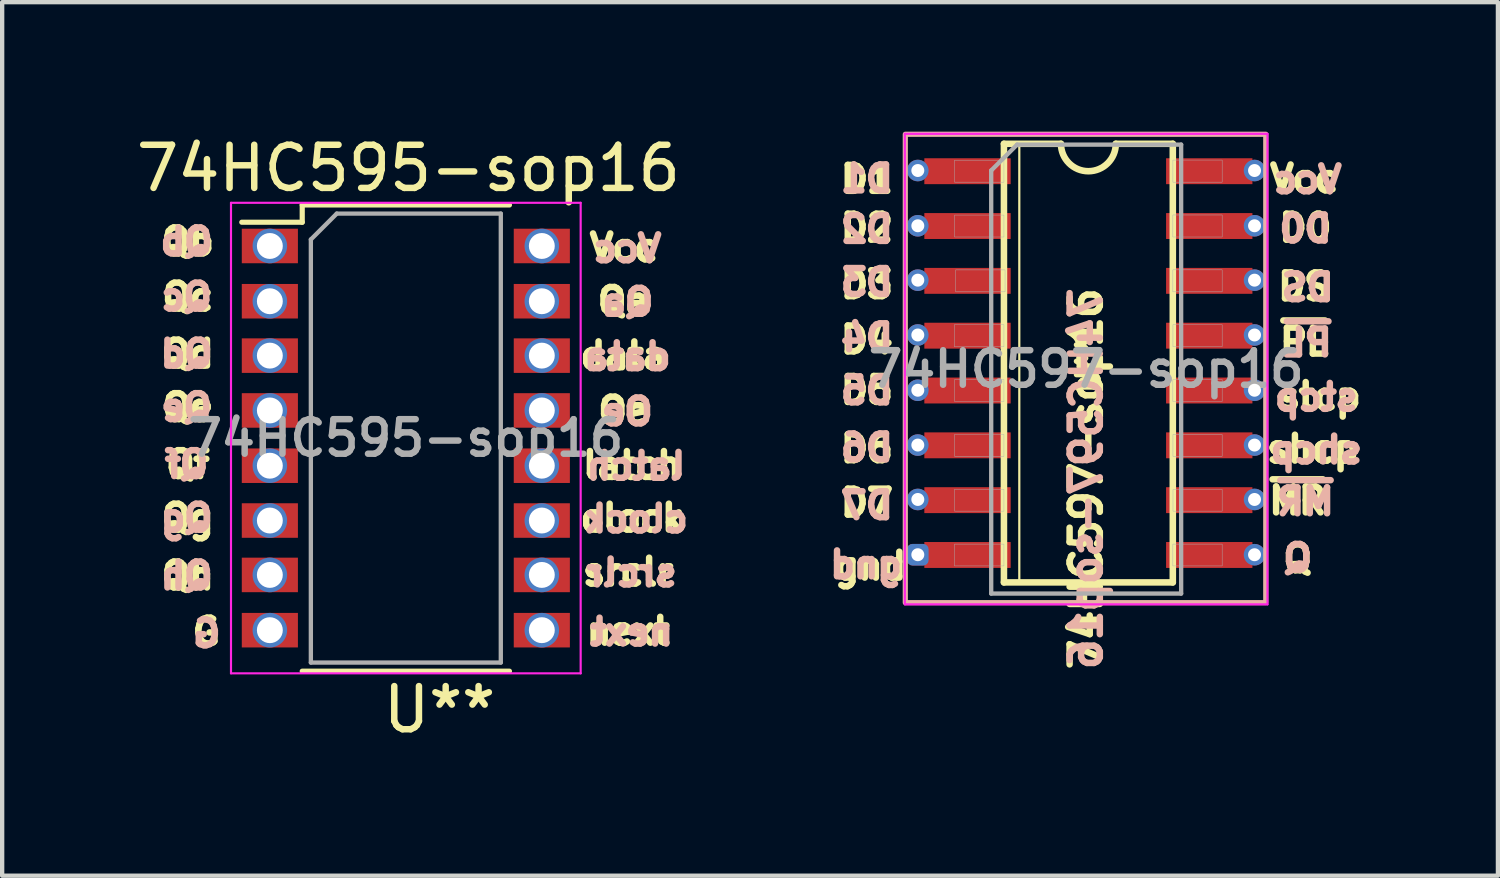
<source format=kicad_pcb>
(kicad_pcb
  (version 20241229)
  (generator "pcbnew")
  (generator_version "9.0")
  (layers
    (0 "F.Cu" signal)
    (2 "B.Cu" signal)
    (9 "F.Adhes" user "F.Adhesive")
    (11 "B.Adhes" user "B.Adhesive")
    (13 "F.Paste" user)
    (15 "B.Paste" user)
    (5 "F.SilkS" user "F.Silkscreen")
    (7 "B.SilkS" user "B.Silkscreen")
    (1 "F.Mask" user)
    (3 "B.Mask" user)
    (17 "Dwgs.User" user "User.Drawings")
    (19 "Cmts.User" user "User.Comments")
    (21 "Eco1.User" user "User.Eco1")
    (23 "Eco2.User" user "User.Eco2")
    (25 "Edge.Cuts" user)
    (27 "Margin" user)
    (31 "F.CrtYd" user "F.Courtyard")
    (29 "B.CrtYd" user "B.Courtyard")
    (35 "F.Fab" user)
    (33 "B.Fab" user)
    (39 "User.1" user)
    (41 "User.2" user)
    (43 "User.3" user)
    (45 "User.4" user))
  (footprint "74HC595-sop16"
    (layer "F.Cu")
    (at 6.351 7.098)
    (property "Reference" "74HC595-sop16" (at 0.06 -6.25 0) (layer "F.SilkS") (effects (font (size 1 1) (thickness 0.15))))
    (property "Value" "U**" (at -0.73 6.25 0) (layer "B.SilkS") (hide yes) (effects (font (size 1 1) (thickness 0.15)) (justify mirror)))
    (attr smd)
    (fp_line (start -2.4 -5.4) (end -2.4 -5) (stroke (width 0.12) (type solid)) (layer "F.SilkS"))
    (fp_line (start -2.4 -5.4) (end 2.4 -5.4) (stroke (width 0.12) (type solid)) (layer "F.SilkS"))
    (fp_line (start -2.4 -5) (end -3.8 -5) (stroke (width 0.12) (type solid)) (layer "F.SilkS"))
    (fp_line (start -2.4 5.4) (end 2.4 5.4) (stroke (width 0.12) (type solid)) (layer "F.SilkS"))
    (fp_line (start -4.05 -5.45) (end -4.05 5.45) (stroke (width 0.05) (type solid)) (layer "F.CrtYd"))
    (fp_line (start -4.05 -5.45) (end 4.05 -5.45) (stroke (width 0.05) (type solid)) (layer "F.CrtYd"))
    (fp_line (start 4.05 5.45) (end -4.05 5.45) (stroke (width 0.05) (type solid)) (layer "F.CrtYd"))
    (fp_line (start 4.05 5.45) (end 4.05 -5.45) (stroke (width 0.05) (type solid)) (layer "F.CrtYd"))
    (fp_line (start -2.2 -4.6) (end -1.6 -5.2) (stroke (width 0.1) (type solid)) (layer "F.Fab"))
    (fp_line (start -2.2 5.2) (end -2.2 -4.6) (stroke (width 0.1) (type solid)) (layer "F.Fab"))
    (fp_line (start -1.6 -5.2) (end 2.2 -5.2) (stroke (width 0.1) (type solid)) (layer "F.Fab"))
    (fp_line (start 2.2 -5.2) (end 2.2 5.2) (stroke (width 0.1) (type solid)) (layer "F.Fab"))
    (fp_line (start 2.2 5.2) (end -2.2 5.2) (stroke (width 0.1) (type solid)) (layer "F.Fab"))
    (fp_text user "next" (at 5.15 4.47 0) (unlocked yes) (layer "F.SilkS") (effects (font (size 0.6 0.6) (thickness 0.15))))
    (fp_text user "Oe" (at 5.05 -0.63 0) (unlocked yes) (layer "F.SilkS") (effects (font (size 0.6 0.6) (thickness 0.15))))
    (fp_text user "Qb" (at -5.05 -4.55 0) (unlocked yes) (layer "F.SilkS") (effects (font (size 0.6 0.6) (thickness 0.15))))
    (fp_text user "clock" (at 5.25 1.85 0) (unlocked yes) (layer "F.SilkS") (effects (font (size 0.6 0.6) (thickness 0.15))))
    (fp_text user "Qf" (at -5.05 0.61 0) (unlocked yes) (layer "F.SilkS") (effects (font (size 0.6 0.6) (thickness 0.15))))
    (fp_text user "Qc" (at -5.05 -3.27 0) (unlocked yes) (layer "F.SilkS") (effects (font (size 0.6 0.6) (thickness 0.15))))
    (fp_text user "G" (at -4.62 4.49 0) (unlocked yes) (layer "F.SilkS") (effects (font (size 0.6 0.6) (thickness 0.15))))
    (fp_text user "${VALUE}" (at 0.78 6.29 180) (layer "F.SilkS") (effects (font (size 1 1) (thickness 0.15))))
    (fp_text user "Qg" (at -5.05 1.85 0) (unlocked yes) (layer "F.SilkS") (effects (font (size 0.6 0.6) (thickness 0.15))))
    (fp_text user "Vcc" (at 5.05 -4.41 0) (unlocked yes) (layer "F.SilkS") (effects (font (size 0.6 0.6) (thickness 0.15))))
    (fp_text user "latch" (at 5.25 0.63 0) (unlocked yes) (layer "F.SilkS") (effects (font (size 0.6 0.6) (thickness 0.15))))
    (fp_text user "srclr" (at 5.15 3.1 0) (unlocked yes) (layer "F.SilkS") (effects (font (size 0.6 0.6) (thickness 0.15))))
    (fp_text user "Qa" (at 5.05 -3.17 0) (unlocked yes) (layer "F.SilkS") (effects (font (size 0.6 0.6) (thickness 0.15))))
    (fp_text user "Qh" (at -5.05 3.19 0) (unlocked yes) (layer "F.SilkS") (effects (font (size 0.6 0.6) (thickness 0.15))))
    (fp_text user "data" (at 5.05 -1.91 0) (unlocked yes) (layer "F.SilkS") (effects (font (size 0.6 0.6) (thickness 0.15))))
    (fp_text user "Qd" (at -5.05 -1.95 0) (unlocked yes) (layer "F.SilkS") (effects (font (size 0.6 0.6) (thickness 0.15))))
    (fp_text user "Qe" (at -5.05 -0.71 0) (unlocked yes) (layer "F.SilkS") (effects (font (size 0.6 0.6) (thickness 0.15))))
    (fp_text user "latch" (at 5.33 0.65 0) (unlocked yes) (layer "B.SilkS") (effects (font (size 0.6 0.6) (thickness 0.15)) (justify mirror)))
    (fp_text user "data" (at 5.13 -1.89 0) (unlocked yes) (layer "B.SilkS") (effects (font (size 0.6 0.6) (thickness 0.15)) (justify mirror)))
    (fp_text user "Qf" (at -5.08 0.61 0) (unlocked yes) (layer "B.SilkS") (effects (font (size 0.6 0.6) (thickness 0.15)) (justify mirror)))
    (fp_text user "Vcc" (at 5.13 -4.39 0) (unlocked yes) (layer "B.SilkS") (effects (font (size 0.6 0.6) (thickness 0.15)) (justify mirror)))
    (fp_text user "clock" (at 5.33 1.87 0) (unlocked yes) (layer "B.SilkS") (effects (font (size 0.6 0.6) (thickness 0.15)) (justify mirror)))
    (fp_text user "Qg" (at -5.08 1.85 0) (unlocked yes) (layer "B.SilkS") (effects (font (size 0.6 0.6) (thickness 0.15)) (justify mirror)))
    (fp_text user "G" (at -4.61 4.53 0) (unlocked yes) (layer "B.SilkS") (effects (font (size 0.6 0.6) (thickness 0.15)) (justify mirror)))
    (fp_text user "Qh" (at -5.08 3.19 0) (unlocked yes) (layer "B.SilkS") (effects (font (size 0.6 0.6) (thickness 0.15)) (justify mirror)))
    (fp_text user "next" (at 5.23 4.49 0) (unlocked yes) (layer "B.SilkS") (effects (font (size 0.6 0.6) (thickness 0.15)) (justify mirror)))
    (fp_text user "Oe" (at 5.13 -0.61 0) (unlocked yes) (layer "B.SilkS") (effects (font (size 0.6 0.6) (thickness 0.15)) (justify mirror)))
    (fp_text user "Qb" (at -5.08 -4.55 0) (unlocked yes) (layer "B.SilkS") (effects (font (size 0.6 0.6) (thickness 0.15)) (justify mirror)))
    (fp_text user "srclr" (at 5.23 3.12 0) (unlocked yes) (layer "B.SilkS") (effects (font (size 0.6 0.6) (thickness 0.15)) (justify mirror)))
    (fp_text user "Qe" (at -5.08 -0.71 0) (unlocked yes) (layer "B.SilkS") (effects (font (size 0.6 0.6) (thickness 0.15)) (justify mirror)))
    (fp_text user "Qd" (at -5.08 -1.95 0) (unlocked yes) (layer "B.SilkS") (effects (font (size 0.6 0.6) (thickness 0.15)) (justify mirror)))
    (fp_text user "Qc" (at -5.08 -3.27 0) (unlocked yes) (layer "B.SilkS") (effects (font (size 0.6 0.6) (thickness 0.15)) (justify mirror)))
    (fp_text user "Qa" (at 5.13 -3.15 0) (unlocked yes) (layer "B.SilkS") (effects (font (size 0.6 0.6) (thickness 0.15)) (justify mirror)))
    (fp_text user "${REFERENCE}" (at 0 0 0) (layer "F.Fab") (effects (font (size 0.8 0.8) (thickness 0.15))))
    (pad "1" thru_hole circle (at -3.15 -4.45) (size 0.8 0.8) (drill 0.6) (layers "*.Cu" "*.Mask"))
    (pad "1" smd rect (at -3.15 -4.45) (size 1.3 0.8) (layers "F.Cu" "F.Mask" "F.Paste"))
    (pad "2" thru_hole circle (at -3.15 -3.17) (size 0.8 0.8) (drill 0.6) (layers "*.Cu" "*.Mask"))
    (pad "2" smd rect (at -3.15 -3.17) (size 1.3 0.8) (layers "F.Cu" "F.Mask" "F.Paste"))
    (pad "3" thru_hole circle (at -3.15 -1.91) (size 0.8 0.8) (drill 0.6) (layers "*.Cu" "*.Mask"))
    (pad "3" smd rect (at -3.15 -1.91) (size 1.3 0.8) (layers "F.Cu" "F.Mask" "F.Paste"))
    (pad "4" thru_hole circle (at -3.15 -0.64) (size 0.8 0.8) (drill 0.6) (layers "*.Cu" "*.Mask"))
    (pad "4" smd rect (at -3.15 -0.64) (size 1.3 0.8) (layers "F.Cu" "F.Mask" "F.Paste"))
    (pad "5" thru_hole circle (at -3.15 0.64) (size 0.8 0.8) (drill 0.6) (layers "*.Cu" "*.Mask"))
    (pad "5" smd rect (at -3.15 0.64) (size 1.3 0.8) (layers "F.Cu" "F.Mask" "F.Paste"))
    (pad "6" thru_hole circle (at -3.15 1.91) (size 0.8 0.8) (drill 0.6) (layers "*.Cu" "*.Mask"))
    (pad "6" smd rect (at -3.15 1.91) (size 1.3 0.8) (layers "F.Cu" "F.Mask" "F.Paste"))
    (pad "7" thru_hole circle (at -3.15 3.17) (size 0.8 0.8) (drill 0.6) (layers "*.Cu" "*.Mask"))
    (pad "7" smd rect (at -3.15 3.17) (size 1.3 0.8) (layers "F.Cu" "F.Mask" "F.Paste"))
    (pad "8" thru_hole circle (at -3.15 4.45) (size 0.8 0.8) (drill 0.6) (layers "*.Cu" "*.Mask"))
    (pad "8" smd rect (at -3.15 4.45) (size 1.3 0.8) (layers "F.Cu" "F.Mask" "F.Paste"))
    (pad "9" thru_hole circle (at 3.15 4.45) (size 0.8 0.8) (drill 0.6) (layers "*.Cu" "*.Mask"))
    (pad "9" smd rect (at 3.15 4.45) (size 1.3 0.8) (layers "F.Cu" "F.Mask" "F.Paste"))
    (pad "10" thru_hole circle (at 3.15 3.17) (size 0.8 0.8) (drill 0.6) (layers "*.Cu" "*.Mask"))
    (pad "10" smd rect (at 3.15 3.17) (size 1.3 0.8) (layers "F.Cu" "F.Mask" "F.Paste"))
    (pad "11" thru_hole circle (at 3.15 1.91) (size 0.8 0.8) (drill 0.6) (layers "*.Cu" "*.Mask"))
    (pad "11" smd rect (at 3.15 1.91) (size 1.3 0.8) (layers "F.Cu" "F.Mask" "F.Paste"))
    (pad "12" thru_hole circle (at 3.15 0.64) (size 0.8 0.8) (drill 0.6) (layers "*.Cu" "*.Mask"))
    (pad "12" smd rect (at 3.15 0.64) (size 1.3 0.8) (layers "F.Cu" "F.Mask" "F.Paste"))
    (pad "13" thru_hole circle (at 3.15 -0.64) (size 0.8 0.8) (drill 0.6) (layers "*.Cu" "*.Mask"))
    (pad "13" smd rect (at 3.15 -0.64) (size 1.3 0.8) (layers "F.Cu" "F.Mask" "F.Paste"))
    (pad "14" thru_hole circle (at 3.15 -1.91) (size 0.8 0.8) (drill 0.6) (layers "*.Cu" "*.Mask"))
    (pad "14" smd rect (at 3.15 -1.91) (size 1.3 0.8) (layers "F.Cu" "F.Mask" "F.Paste"))
    (pad "15" thru_hole circle (at 3.15 -3.17) (size 0.8 0.8) (drill 0.6) (layers "*.Cu" "*.Mask"))
    (pad "15" smd rect (at 3.15 -3.17) (size 1.3 0.8) (layers "F.Cu" "F.Mask" "F.Paste"))
    (pad "16" thru_hole circle (at 3.15 -4.45) (size 0.8 0.8) (drill 0.6) (layers "*.Cu" "*.Mask"))
    (pad "16" smd rect (at 3.15 -4.45) (size 1.3 0.8) (layers "F.Cu" "F.Mask" "F.Paste")))
  (footprint "74HC597-sop16"
    (layer "F.Cu")
    (at 22.111 5.5)
    (property "Reference" "74HC597-sop16" (at 0 2.54 90) (layer "F.SilkS") (effects (font (size 0.7 0.7) (thickness 0.15))))
    (property "Value" "U**" (at 0.06 -0.12 90) (layer "B.SilkS") (hide yes) (effects (font (size 0.5 0.5) (thickness 0.125)) (justify mirror)))
    (attr smd)
    (fp_line (start -1.905 -5.219) (end -1.905 4.941) (stroke (width 0.152) (type solid)) (layer "F.SilkS"))
    (fp_line (start -1.905 -5.219) (end -0.584 -5.219) (stroke (width 0.152) (type solid)) (layer "F.SilkS"))
    (fp_line (start -1.905 4.941) (end 2.007 4.941) (stroke (width 0.152) (type solid)) (layer "F.SilkS"))
    (fp_line (start -1.549 -5.219) (end -1.549 4.941) (stroke (width 0.051) (type solid)) (layer "F.SilkS"))
    (fp_line (start 0.686 -5.219) (end 2.007 -5.219) (stroke (width 0.152) (type solid)) (layer "F.SilkS"))
    (fp_line (start 2.007 4.941) (end 2.007 -5.219) (stroke (width 0.152) (type solid)) (layer "F.SilkS"))
    (fp_arc (start 0.6862 -5.21869) (mid 0.0512 -4.58369) (end -0.5838 -5.21869) (stroke (width 0.1524) (type solid)) (layer "F.SilkS"))
    (fp_rect (start -4.19 -5.44) (end 4.16 5.41) (stroke (width 0.12) (type solid)) (fill no) (layer "B.SilkS"))
    (fp_line (start -4.2 -5.45) (end -4.2 5.45) (stroke (width 0.05) (type solid)) (layer "F.CrtYd"))
    (fp_line (start -4.2 -5.45) (end 4.2 -5.45) (stroke (width 0.05) (type solid)) (layer "F.CrtYd"))
    (fp_line (start 4.2 5.45) (end -4.2 5.45) (stroke (width 0.05) (type solid)) (layer "F.CrtYd"))
    (fp_line (start 4.2 5.45) (end 4.2 -5.45) (stroke (width 0.05) (type solid)) (layer "F.CrtYd"))
    (fp_line (start -2.2 -4.6) (end -1.6 -5.2) (stroke (width 0.1) (type solid)) (layer "F.Fab"))
    (fp_line (start -2.2 5.2) (end -2.2 -4.6) (stroke (width 0.1) (type solid)) (layer "F.Fab"))
    (fp_line (start -1.6 -5.2) (end 2.2 -5.2) (stroke (width 0.1) (type solid)) (layer "F.Fab"))
    (fp_line (start 2.2 -5.2) (end 2.2 5.2) (stroke (width 0.1) (type solid)) (layer "F.Fab"))
    (fp_line (start 2.2 5.2) (end -2.2 5.2) (stroke (width 0.1) (type solid)) (layer "F.Fab"))
    (fp_poly (pts (xy -1.905 -4.839) (xy -1.905 -4.33) (xy -3.049 -4.33) (xy -3.049 -4.839)) (stroke (width 0.01) (type solid)) (fill no) (layer "F.Fab"))
    (fp_poly (pts (xy -1.905 -3.568) (xy -1.905 -3.06) (xy -3.048 -3.06) (xy -3.048 -3.568)) (stroke (width 0.01) (type solid)) (fill no) (layer "F.Fab"))
    (fp_poly (pts (xy -1.905 -1.029) (xy -1.905 -0.52) (xy -3.054 -0.52) (xy -3.054 -1.029)) (stroke (width 0.01) (type solid)) (fill no) (layer "F.Fab"))
    (fp_poly (pts (xy -1.905 0.242) (xy -1.905 0.75) (xy -3.049 0.75) (xy -3.049 0.242)) (stroke (width 0.01) (type solid)) (fill no) (layer "F.Fab"))
    (fp_poly (pts (xy -1.905 1.513) (xy -1.905 2.02) (xy -3.049 2.02) (xy -3.049 1.513)) (stroke (width 0.01) (type solid)) (fill no) (layer "F.Fab"))
    (fp_poly (pts (xy -1.905 2.784) (xy -1.905 3.29) (xy -3.049 3.29) (xy -3.049 2.784)) (stroke (width 0.01) (type solid)) (fill no) (layer "F.Fab"))
    (fp_poly (pts (xy -1.905 4.054) (xy -1.905 4.56) (xy -3.049 4.56) (xy -3.049 4.054)) (stroke (width 0.01) (type solid)) (fill no) (layer "F.Fab"))
    (fp_poly (pts (xy -1.879 -2.298) (xy -1.879 -1.79) (xy -3.023 -1.79) (xy -3.023 -2.298)) (stroke (width 0.01) (type solid)) (fill no) (layer "F.Fab"))
    (fp_poly (pts (xy 3.15 -4.842) (xy 3.15 -4.33) (xy 2.009 -4.33) (xy 2.009 -4.842)) (stroke (width 0.01) (type solid)) (fill no) (layer "F.Fab"))
    (fp_poly (pts (xy 3.15 -3.57) (xy 3.15 -3.06) (xy 2.008 -3.06) (xy 2.008 -3.57)) (stroke (width 0.01) (type solid)) (fill no) (layer "F.Fab"))
    (fp_poly (pts (xy 3.15 -2.299) (xy 3.15 -1.79) (xy 2.008 -1.79) (xy 2.008 -2.299)) (stroke (width 0.01) (type solid)) (fill no) (layer "F.Fab"))
    (fp_poly (pts (xy 3.15 -1.029) (xy 3.15 -0.52) (xy 2.01 -0.52) (xy 2.01 -1.029)) (stroke (width 0.01) (type solid)) (fill no) (layer "F.Fab"))
    (fp_poly (pts (xy 3.15 0.242) (xy 3.15 0.75) (xy 2.008 0.75) (xy 2.008 0.242)) (stroke (width 0.01) (type solid)) (fill no) (layer "F.Fab"))
    (fp_poly (pts (xy 3.15 1.515) (xy 3.15 2.02) (xy 2.01 2.02) (xy 2.01 1.515)) (stroke (width 0.01) (type solid)) (fill no) (layer "F.Fab"))
    (fp_poly (pts (xy 3.15 2.788) (xy 3.15 3.29) (xy 2.011 3.29) (xy 2.011 2.788)) (stroke (width 0.01) (type solid)) (fill no) (layer "F.Fab"))
    (fp_poly (pts (xy 3.15 4.054) (xy 3.15 4.56) (xy 2.008 4.56) (xy 2.008 4.054)) (stroke (width 0.01) (type solid)) (fill no) (layer "F.Fab"))
    (fp_text user "${VALUE}" (at 0.05 -0.11 90) (layer "F.SilkS") (effects (font (size 0.5 0.5) (thickness 0.125))))
    (fp_text user "D0" (at 5.08 -3.27 0) (unlocked yes) (layer "F.SilkS") (effects (font (size 0.6 0.6) (thickness 0.15))))
    (fp_text user "~{PL}" (at 5.05 -0.63 0) (unlocked yes) (layer "F.SilkS") (effects (font (size 0.6 0.6) (thickness 0.15))))
    (fp_text user "~{MR}" (at 4.9 3.05 0) (unlocked yes) (layer "F.SilkS") (effects (font (size 0.6 0.6) (thickness 0.15))))
    (fp_text user "Vcc" (at 5.05 -4.41 0) (unlocked yes) (layer "F.SilkS") (effects (font (size 0.6 0.6) (thickness 0.15))))
    (fp_text user "D4" (at -5.08 -0.68 0) (unlocked yes) (layer "F.SilkS") (effects (font (size 0.6 0.6) (thickness 0.15))))
    (fp_text user "Q" (at 4.9 4.39 0) (unlocked yes) (layer "F.SilkS") (effects (font (size 0.6 0.6) (thickness 0.15))))
    (fp_text user "D2" (at -5.08 -3.27 0) (unlocked yes) (layer "F.SilkS") (effects (font (size 0.6 0.6) (thickness 0.15))))
    (fp_text user "D6" (at -5.08 1.84 0) (unlocked yes) (layer "F.SilkS") (effects (font (size 0.6 0.6) (thickness 0.15))))
    (fp_text user "DS" (at 5.05 -1.91 0) (unlocked yes) (layer "F.SilkS") (effects (font (size 0.6 0.6) (thickness 0.15))))
    (fp_text user "D7" (at -5.08 3.1 0) (unlocked yes) (layer "F.SilkS") (effects (font (size 0.6 0.6) (thickness 0.15))))
    (fp_text user "D3" (at -5.08 -1.96 0) (unlocked yes) (layer "F.SilkS") (effects (font (size 0.6 0.6) (thickness 0.15))))
    (fp_text user "gnd" (at -5 4.56 0) (unlocked yes) (layer "F.SilkS") (effects (font (size 0.6 0.6) (thickness 0.15))))
    (fp_text user "stcp" (at 5.4 0.63 0) (unlocked yes) (layer "F.SilkS") (effects (font (size 0.6 0.6) (thickness 0.15))))
    (fp_text user "D1" (at -5.08 -4.4 0) (unlocked yes) (layer "F.SilkS") (effects (font (size 0.6 0.6) (thickness 0.15))))
    (fp_text user "shcp" (at 5.25 1.85 0) (unlocked yes) (layer "F.SilkS") (effects (font (size 0.6 0.6) (thickness 0.15))))
    (fp_text user "D5" (at -5.08 0.49 0) (unlocked yes) (layer "F.SilkS") (effects (font (size 0.6 0.6) (thickness 0.15))))
    (fp_text user "D6" (at -5.08 1.82 0) (unlocked yes) (layer "B.SilkS") (effects (font (size 0.6 0.6) (thickness 0.15)) (justify mirror)))
    (fp_text user "~{PL}" (at 5.13 -0.61 0) (unlocked yes) (layer "B.SilkS") (effects (font (size 0.6 0.6) (thickness 0.15)) (justify mirror)))
    (fp_text user "D7" (at -5.08 3.16 0) (unlocked yes) (layer "B.SilkS") (effects (font (size 0.6 0.6) (thickness 0.15)) (justify mirror)))
    (fp_text user "shcp" (at 5.33 1.87 0) (unlocked yes) (layer "B.SilkS") (effects (font (size 0.6 0.6) (thickness 0.15)) (justify mirror)))
    (fp_text user "D0" (at 5.08 -3.25 0) (unlocked yes) (layer "B.SilkS") (effects (font (size 0.6 0.6) (thickness 0.15)) (justify mirror)))
    (fp_text user "Vcc" (at 5.13 -4.39 0) (unlocked yes) (layer "B.SilkS") (effects (font (size 0.6 0.6) (thickness 0.15)) (justify mirror)))
    (fp_text user "stcp" (at 5.33 0.65 0) (unlocked yes) (layer "B.SilkS") (effects (font (size 0.6 0.6) (thickness 0.15)) (justify mirror)))
    (fp_text user "D4" (at -5.08 -0.73 0) (unlocked yes) (layer "B.SilkS") (effects (font (size 0.6 0.6) (thickness 0.15)) (justify mirror)))
    (fp_text user "D3" (at -5.08 -2.01 0) (unlocked yes) (layer "B.SilkS") (effects (font (size 0.6 0.6) (thickness 0.15)) (justify mirror)))
    (fp_text user "gnd" (at -5.1 4.53 0) (unlocked yes) (layer "B.SilkS") (effects (font (size 0.6 0.6) (thickness 0.15)) (justify mirror)))
    (fp_text user "Q" (at 4.9 4.38 0) (unlocked yes) (layer "B.SilkS") (effects (font (size 0.6 0.6) (thickness 0.15)) (justify mirror)))
    (fp_text user "D1" (at -5.08 -4.41 0) (unlocked yes) (layer "B.SilkS") (effects (font (size 0.6 0.6) (thickness 0.15)) (justify mirror)))
    (fp_text user "D2" (at -5.08 -3.24 0) (unlocked yes) (layer "B.SilkS") (effects (font (size 0.6 0.6) (thickness 0.15)) (justify mirror)))
    (fp_text user "D5" (at -5.08 0.5 0) (unlocked yes) (layer "B.SilkS") (effects (font (size 0.6 0.6) (thickness 0.15)) (justify mirror)))
    (fp_text user "~{MR}" (at 5.08 3.07 0) (unlocked yes) (layer "B.SilkS") (effects (font (size 0.6 0.6) (thickness 0.15)) (justify mirror)))
    (fp_text user "${REFERENCE}" (at 0 2.54 90) (layer "B.SilkS") (effects (font (size 0.7 0.7) (thickness 0.15)) (justify mirror)))
    (fp_text user "DS" (at 5.13 -1.89 0) (unlocked yes) (layer "B.SilkS") (effects (font (size 0.6 0.6) (thickness 0.15)) (justify mirror)))
    (fp_text user "${REFERENCE}" (at 0 0 0) (layer "F.Fab") (effects (font (size 0.8 0.8) (thickness 0.15))))
    (pad "1" thru_hole circle (at -3.9 -4.6) (size 0.5 0.5) (drill 0.3) (layers "*.Cu" "*.Mask"))
    (pad "1" smd rect (at -2.749 -4.584 270) (size 0.6 2) (layers "F.Cu" "F.Mask" "F.Paste"))
    (pad "2" thru_hole circle (at -3.9 -3.32) (size 0.5 0.5) (drill 0.3) (layers "*.Cu" "*.Mask"))
    (pad "2" smd rect (at -2.749 -3.314 270) (size 0.6 2) (layers "F.Cu" "F.Mask" "F.Paste"))
    (pad "3" thru_hole circle (at -3.9 -2.06) (size 0.5 0.5) (drill 0.3) (layers "*.Cu" "*.Mask"))
    (pad "3" smd rect (at -2.749 -2.044 270) (size 0.6 2) (layers "F.Cu" "F.Mask" "F.Paste"))
    (pad "4" thru_hole circle (at -3.9 -0.79) (size 0.5 0.5) (drill 0.3) (layers "*.Cu" "*.Mask"))
    (pad "4" smd rect (at -2.749 -0.774 270) (size 0.6 2) (layers "F.Cu" "F.Mask" "F.Paste"))
    (pad "5" thru_hole circle (at -3.9 0.49) (size 0.5 0.5) (drill 0.3) (layers "*.Cu" "*.Mask"))
    (pad "5" smd rect (at -2.749 0.496 270) (size 0.6 2) (layers "F.Cu" "F.Mask" "F.Paste"))
    (pad "6" thru_hole circle (at -3.9 1.76) (size 0.5 0.5) (drill 0.3) (layers "*.Cu" "*.Mask"))
    (pad "6" smd rect (at -2.749 1.766 270) (size 0.6 2) (layers "F.Cu" "F.Mask" "F.Paste"))
    (pad "7" thru_hole circle (at -3.9 3.02) (size 0.5 0.5) (drill 0.3) (layers "*.Cu" "*.Mask"))
    (pad "7" smd rect (at -2.749 3.036 270) (size 0.6 2) (layers "F.Cu" "F.Mask" "F.Paste"))
    (pad "8" thru_hole roundrect (at -3.9 4.3) (size 0.5 0.5) (drill 0.3) (layers "*.Cu" "*.Mask") (roundrect_rratio 0.25))
    (pad "8" smd rect (at -2.749 4.306 270) (size 0.6 2) (layers "F.Cu" "F.Mask" "F.Paste"))
    (pad "9" smd rect (at 2.851 4.306 270) (size 0.6 2) (layers "F.Cu" "F.Mask" "F.Paste"))
    (pad "9" thru_hole circle (at 3.9 4.3) (size 0.5 0.5) (drill 0.3) (layers "*.Cu" "*.Mask"))
    (pad "10" smd rect (at 2.851 3.036 270) (size 0.6 2) (layers "F.Cu" "F.Mask" "F.Paste"))
    (pad "10" thru_hole circle (at 3.9 3.02) (size 0.5 0.5) (drill 0.3) (layers "*.Cu" "*.Mask"))
    (pad "11" smd rect (at 2.851 1.766 270) (size 0.6 2) (layers "F.Cu" "F.Mask" "F.Paste"))
    (pad "11" thru_hole circle (at 3.9 1.76) (size 0.5 0.5) (drill 0.3) (layers "*.Cu" "*.Mask"))
    (pad "12" smd rect (at 2.851 0.496 270) (size 0.6 2) (layers "F.Cu" "F.Mask" "F.Paste"))
    (pad "12" thru_hole circle (at 3.9 0.49) (size 0.5 0.5) (drill 0.3) (layers "*.Cu" "*.Mask"))
    (pad "13" smd rect (at 2.851 -0.774 270) (size 0.6 2) (layers "F.Cu" "F.Mask" "F.Paste"))
    (pad "13" thru_hole circle (at 3.9 -0.79) (size 0.5 0.5) (drill 0.3) (layers "*.Cu" "*.Mask"))
    (pad "14" smd rect (at 2.851 -2.044 270) (size 0.6 2) (layers "F.Cu" "F.Mask" "F.Paste"))
    (pad "14" thru_hole circle (at 3.9 -2.06) (size 0.5 0.5) (drill 0.3) (layers "*.Cu" "*.Mask"))
    (pad "15" smd rect (at 2.851 -3.314 270) (size 0.6 2) (layers "F.Cu" "F.Mask" "F.Paste"))
    (pad "15" thru_hole circle (at 3.9 -3.32) (size 0.5 0.5) (drill 0.3) (layers "*.Cu" "*.Mask"))
    (pad "16" smd rect (at 2.851 -4.584 270) (size 0.6 2) (layers "F.Cu" "F.Mask" "F.Paste"))
    (pad "16" thru_hole circle (at 3.9 -4.6) (size 0.5 0.5) (drill 0.3) (layers "*.Cu" "*.Mask")))
  (gr_rect
    (start -3 -3)
    (end 31.649 17.236)
    (stroke (width 0.1) (type default))
    (fill no)
    (layer "Edge.Cuts")))
</source>
